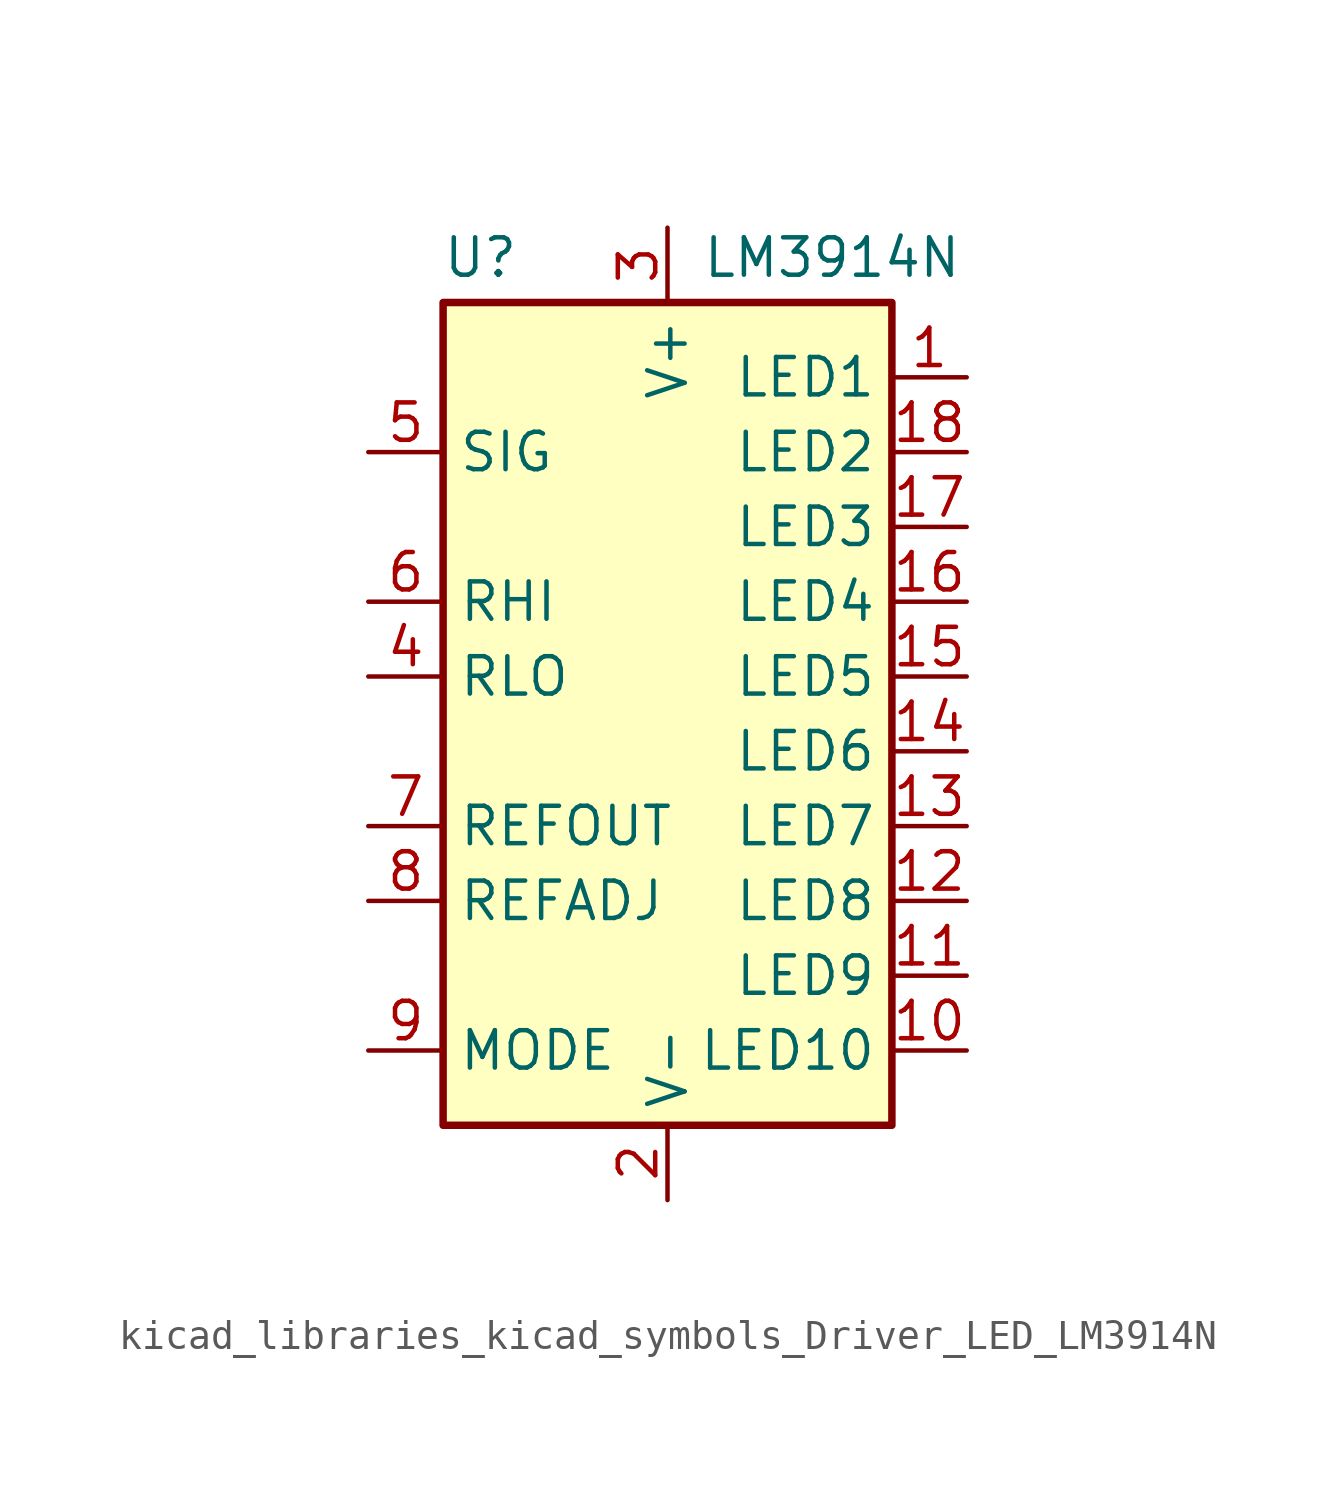
<source format=kicad_sym>
(kicad_symbol_lib
  (version 20220914)
  (generator kicad_symbol_editor)
  (symbol "kicad_libraries_kicad_symbols_Driver_LED_LM3914N"
    (property "Reference" "U"
      (at -6.35 14.224 0)
      (effects (font (size 1.27 1.27))))
    (property "Value" "LM3914N"
      (at 5.588 14.224 0)
      (effects (font (size 1.27 1.27))))
    (symbol "kicad_libraries_kicad_symbols_Driver_LED_LM3914N_0_1"
      (rectangle (start -7.62 12.7) (end 7.62 -15.24) (stroke (width 0.254) (type default)) (fill (type background))))
    (symbol "kicad_libraries_kicad_symbols_Driver_LED_LM3914N_1_1"
      (pin open_collector line (at 10.16 10.16 180) (length 2.54) (name "LED1" (effects (font (size 1.27 1.27)))) (number "1" (effects (font (size 1.27 1.27)))))
      (pin open_collector line (at 10.16 -12.7 180) (length 2.54) (name "LED10" (effects (font (size 1.27 1.27)))) (number "10" (effects (font (size 1.27 1.27)))))
      (pin open_collector line (at 10.16 -10.16 180) (length 2.54) (name "LED9" (effects (font (size 1.27 1.27)))) (number "11" (effects (font (size 1.27 1.27)))))
      (pin open_collector line (at 10.16 -7.62 180) (length 2.54) (name "LED8" (effects (font (size 1.27 1.27)))) (number "12" (effects (font (size 1.27 1.27)))))
      (pin open_collector line (at 10.16 -5.08 180) (length 2.54) (name "LED7" (effects (font (size 1.27 1.27)))) (number "13" (effects (font (size 1.27 1.27)))))
      (pin open_collector line (at 10.16 -2.54 180) (length 2.54) (name "LED6" (effects (font (size 1.27 1.27)))) (number "14" (effects (font (size 1.27 1.27)))))
      (pin open_collector line (at 10.16 0 180) (length 2.54) (name "LED5" (effects (font (size 1.27 1.27)))) (number "15" (effects (font (size 1.27 1.27)))))
      (pin open_collector line (at 10.16 2.54 180) (length 2.54) (name "LED4" (effects (font (size 1.27 1.27)))) (number "16" (effects (font (size 1.27 1.27)))))
      (pin open_collector line (at 10.16 5.08 180) (length 2.54) (name "LED3" (effects (font (size 1.27 1.27)))) (number "17" (effects (font (size 1.27 1.27)))))
      (pin open_collector line (at 10.16 7.62 180) (length 2.54) (name "LED2" (effects (font (size 1.27 1.27)))) (number "18" (effects (font (size 1.27 1.27)))))
      (pin power_in line (at 0 -17.78 90) (length 2.54) (name "V-" (effects (font (size 1.27 1.27)))) (number "2" (effects (font (size 1.27 1.27)))))
      (pin power_in line (at 0 15.24 270) (length 2.54) (name "V+" (effects (font (size 1.27 1.27)))) (number "3" (effects (font (size 1.27 1.27)))))
      (pin input line (at -10.16 0 0) (length 2.54) (name "RLO" (effects (font (size 1.27 1.27)))) (number "4" (effects (font (size 1.27 1.27)))))
      (pin input line (at -10.16 7.62 0) (length 2.54) (name "SIG" (effects (font (size 1.27 1.27)))) (number "5" (effects (font (size 1.27 1.27)))))
      (pin input line (at -10.16 2.54 0) (length 2.54) (name "RHI" (effects (font (size 1.27 1.27)))) (number "6" (effects (font (size 1.27 1.27)))))
      (pin output line (at -10.16 -5.08 0) (length 2.54) (name "REFOUT" (effects (font (size 1.27 1.27)))) (number "7" (effects (font (size 1.27 1.27)))))
      (pin input line (at -10.16 -7.62 0) (length 2.54) (name "REFADJ" (effects (font (size 1.27 1.27)))) (number "8" (effects (font (size 1.27 1.27)))))
      (pin input line (at -10.16 -12.7 0) (length 2.54) (name "MODE" (effects (font (size 1.27 1.27)))) (number "9" (effects (font (size 1.27 1.27))))))))
</source>
